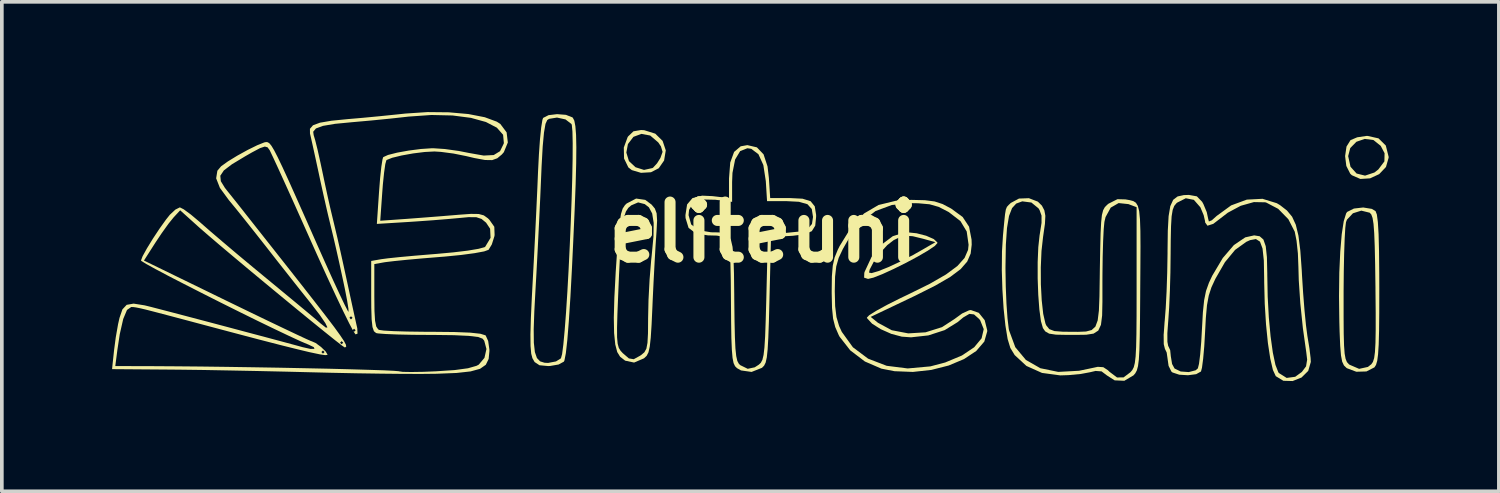
<source format=kicad_pcb>
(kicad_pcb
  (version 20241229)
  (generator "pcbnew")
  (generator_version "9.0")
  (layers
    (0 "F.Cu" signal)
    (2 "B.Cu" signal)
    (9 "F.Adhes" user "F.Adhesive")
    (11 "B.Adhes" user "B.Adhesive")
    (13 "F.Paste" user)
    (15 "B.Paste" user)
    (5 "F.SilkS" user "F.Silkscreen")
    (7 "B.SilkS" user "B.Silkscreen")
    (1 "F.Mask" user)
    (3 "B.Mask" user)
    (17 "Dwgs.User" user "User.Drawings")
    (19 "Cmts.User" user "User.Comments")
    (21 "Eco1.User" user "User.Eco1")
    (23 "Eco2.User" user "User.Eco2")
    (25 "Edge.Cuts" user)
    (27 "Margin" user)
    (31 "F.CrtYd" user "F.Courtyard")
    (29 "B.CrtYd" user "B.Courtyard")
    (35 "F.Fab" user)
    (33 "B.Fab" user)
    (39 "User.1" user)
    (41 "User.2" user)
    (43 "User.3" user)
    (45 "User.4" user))
  (footprint "eliteuni"
    (layer "F.Cu")
    (at 17.719 3.27)
    (property "Reference" "eliteuni" (at 0 0 0) (layer "F.SilkS") (effects (font (size 1.5 1.5) (thickness 0.3))))
    (attr board_only exclude_from_pos_files exclude_from_bom)
    (fp_poly (pts (xy -3.239 -2.777) (xy -2.938 -2.683) (xy -2.738 -2.486) (xy -2.652 -2.229) (xy -2.698 -1.952) (xy -2.843 -1.742) (xy -3.054 -1.633) (xy -3.326 -1.617) (xy -3.576 -1.691) (xy -3.67 -1.764) (xy -3.787 -2.006) (xy -3.791 -2.168) (xy -3.725 -2.168) (xy -3.654 -1.936) (xy -3.475 -1.769) (xy -3.244 -1.696) (xy -3.014 -1.747) (xy -2.997 -1.758) (xy -2.889 -1.876) (xy -2.798 -2.021) (xy -2.739 -2.187) (xy -2.784 -2.337) (xy -2.857 -2.445) (xy -3.076 -2.632) (xy -3.316 -2.677) (xy -3.532 -2.596) (xy -3.682 -2.4) (xy -3.725 -2.168) (xy -3.791 -2.168) (xy -3.794 -2.305) (xy -3.69 -2.588) (xy -3.675 -2.61) (xy -3.531 -2.747) (xy -3.325 -2.782)) (stroke (width 0) (type solid)) (fill yes) (layer "F.SilkS"))
    (fp_poly (pts (xy 16.743 -2.555) (xy 16.941 -2.36) (xy 17.018 -2.055) (xy 17.018 -2.028) (xy 16.946 -1.776) (xy 16.762 -1.582) (xy 16.514 -1.467) (xy 16.249 -1.45) (xy 16.017 -1.552) (xy 15.973 -1.594) (xy 15.867 -1.804) (xy 15.834 -2.072) (xy 15.917 -2.072) (xy 15.981 -1.781) (xy 16.147 -1.598) (xy 16.377 -1.541) (xy 16.632 -1.626) (xy 16.737 -1.708) (xy 16.903 -1.928) (xy 16.908 -2.151) (xy 16.802 -2.352) (xy 16.606 -2.509) (xy 16.369 -2.54) (xy 16.141 -2.462) (xy 15.974 -2.291) (xy 15.917 -2.072) (xy 15.834 -2.072) (xy 15.834 -2.074) (xy 15.872 -2.332) (xy 15.981 -2.507) (xy 15.981 -2.507) (xy 16.164 -2.584) (xy 16.413 -2.621) (xy 16.442 -2.622)) (stroke (width 0) (type solid)) (fill yes) (layer "F.SilkS"))
    (fp_poly (pts (xy 4.174 0.028) (xy 4.434 0.095) (xy 4.64 0.185) (xy 4.739 0.278) (xy 4.741 0.293) (xy 4.67 0.372) (xy 4.479 0.501) (xy 4.206 0.66) (xy 3.885 0.832) (xy 3.553 0.997) (xy 3.246 1.138) (xy 2.999 1.235) (xy 2.852 1.27) (xy 2.745 1.236) (xy 2.75 1.106) (xy 2.753 1.098) (xy 2.879 1.098) (xy 2.948 1.112) (xy 3.133 1.058) (xy 3.405 0.949) (xy 3.73 0.798) (xy 4.077 0.619) (xy 4.265 0.513) (xy 4.686 0.27) (xy 4.354 0.178) (xy 4.069 0.108) (xy 3.874 0.095) (xy 3.698 0.143) (xy 3.551 0.214) (xy 3.374 0.351) (xy 3.178 0.566) (xy 3.006 0.805) (xy 2.897 1.015) (xy 2.879 1.098) (xy 2.753 1.098) (xy 2.758 1.079) (xy 2.945 0.677) (xy 3.212 0.343) (xy 3.526 0.107) (xy 3.854 0.003) (xy 3.912 0.000472)) (stroke (width 0) (type solid)) (fill yes) (layer "F.SilkS"))
    (fp_poly (pts (xy -3.211 -0.881) (xy -3.039 -0.753) (xy -2.949 -0.645) (xy -2.901 -0.516) (xy -2.888 -0.321) (xy -2.904 -0.014) (xy -2.91 0.072) (xy -2.932 0.398) (xy -2.957 0.84) (xy -2.984 1.348) (xy -3.009 1.87) (xy -3.015 2.014) (xy -3.038 2.513) (xy -3.061 2.87) (xy -3.088 3.112) (xy -3.123 3.267) (xy -3.172 3.362) (xy -3.238 3.425) (xy -3.248 3.432) (xy -3.514 3.546) (xy -3.758 3.494) (xy -3.895 3.387) (xy -3.973 3.26) (xy -4.027 3.052) (xy -4.058 2.745) (xy -4.061 2.597) (xy -3.978 2.597) (xy -3.977 2.859) (xy -3.961 3.033) (xy -3.93 3.147) (xy -3.88 3.228) (xy -3.823 3.289) (xy -3.656 3.433) (xy -3.524 3.455) (xy -3.351 3.36) (xy -3.321 3.34) (xy -3.235 3.267) (xy -3.18 3.168) (xy -3.15 3.01) (xy -3.136 2.754) (xy -3.133 2.367) (xy -3.133 2.345) (xy -3.122 1.845) (xy -3.092 1.281) (xy -3.049 0.756) (xy -3.035 0.63) (xy -2.987 0.119) (xy -2.981 -0.254) (xy -3.022 -0.511) (xy -3.111 -0.678) (xy -3.224 -0.766) (xy -3.404 -0.812) (xy -3.592 -0.732) (xy -3.672 -0.663) (xy -3.737 -0.563) (xy -3.789 -0.409) (xy -3.83 -0.183) (xy -3.864 0.136) (xy -3.894 0.568) (xy -3.923 1.133) (xy -3.947 1.702) (xy -3.968 2.221) (xy -3.978 2.597) (xy -4.061 2.597) (xy -4.066 2.327) (xy -4.051 1.78) (xy -4.015 1.091) (xy -3.979 0.55) (xy -3.942 0.071) (xy -3.908 -0.268) (xy -3.871 -0.496) (xy -3.825 -0.644) (xy -3.763 -0.738) (xy -3.716 -0.783) (xy -3.459 -0.917)) (stroke (width 0) (type solid)) (fill yes) (layer "F.SilkS"))
    (fp_poly (pts (xy 16.56 -0.636) (xy 16.662 -0.576) (xy 16.698 -0.483) (xy 16.725 -0.278) (xy 16.745 0.054) (xy 16.757 0.523) (xy 16.763 1.143) (xy 16.764 1.535) (xy 16.763 2.184) (xy 16.758 2.684) (xy 16.748 3.056) (xy 16.731 3.321) (xy 16.708 3.498) (xy 16.675 3.61) (xy 16.633 3.675) (xy 16.631 3.677) (xy 16.414 3.788) (xy 16.139 3.796) (xy 15.884 3.7) (xy 15.87 3.69) (xy 15.802 3.624) (xy 15.754 3.521) (xy 15.722 3.352) (xy 15.7 3.088) (xy 15.684 2.699) (xy 15.677 2.441) (xy 15.675 2.313) (xy 15.793 2.313) (xy 15.796 2.758) (xy 15.805 3.08) (xy 15.821 3.301) (xy 15.847 3.444) (xy 15.883 3.532) (xy 15.933 3.588) (xy 15.955 3.605) (xy 16.215 3.717) (xy 16.454 3.665) (xy 16.548 3.591) (xy 16.591 3.528) (xy 16.624 3.425) (xy 16.646 3.26) (xy 16.66 3.012) (xy 16.666 2.659) (xy 16.666 2.182) (xy 16.66 1.558) (xy 16.66 1.504) (xy 16.651 0.869) (xy 16.64 0.382) (xy 16.626 0.024) (xy 16.607 -0.226) (xy 16.581 -0.388) (xy 16.547 -0.483) (xy 16.503 -0.532) (xy 16.502 -0.532) (xy 16.275 -0.588) (xy 16.047 -0.516) (xy 15.884 -0.343) (xy 15.858 -0.274) (xy 15.839 -0.121) (xy 15.822 0.172) (xy 15.808 0.575) (xy 15.798 1.06) (xy 15.793 1.596) (xy 15.793 1.721) (xy 15.793 2.313) (xy 15.675 2.313) (xy 15.668 1.741) (xy 15.676 1.095) (xy 15.702 0.526) (xy 15.742 0.054) (xy 15.796 -0.3) (xy 15.862 -0.513) (xy 15.889 -0.553) (xy 16.074 -0.645) (xy 16.326 -0.674)) (stroke (width 0) (type solid)) (fill yes) (layer "F.SilkS"))
    (fp_poly (pts (xy -5.369 -3.195) (xy -5.195 -3.127) (xy -5.182 -3.116) (xy -5.141 -3.038) (xy -5.112 -2.886) (xy -5.093 -2.65) (xy -5.086 -2.315) (xy -5.09 -1.871) (xy -5.105 -1.303) (xy -5.132 -0.601) (xy -5.17 0.249) (xy -5.204 0.96) (xy -5.247 1.761) (xy -5.29 2.421) (xy -5.331 2.933) (xy -5.371 3.29) (xy -5.409 3.487) (xy -5.425 3.521) (xy -5.569 3.599) (xy -5.8 3.639) (xy -5.854 3.641) (xy -6.089 3.619) (xy -6.221 3.532) (xy -6.281 3.428) (xy -6.314 3.303) (xy -6.332 3.093) (xy -6.335 2.778) (xy -6.331 2.643) (xy -6.246 2.643) (xy -6.242 3.008) (xy -6.214 3.261) (xy -6.158 3.423) (xy -6.072 3.513) (xy -5.952 3.551) (xy -5.854 3.556) (xy -5.639 3.515) (xy -5.505 3.431) (xy -5.473 3.314) (xy -5.439 3.051) (xy -5.403 2.666) (xy -5.366 2.182) (xy -5.33 1.622) (xy -5.296 1.011) (xy -5.265 0.372) (xy -5.237 -0.272) (xy -5.214 -0.897) (xy -5.197 -1.48) (xy -5.187 -1.998) (xy -5.185 -2.426) (xy -5.192 -2.741) (xy -5.209 -2.919) (xy -5.219 -2.946) (xy -5.38 -3.07) (xy -5.612 -3.121) (xy -5.827 -3.086) (xy -5.877 -3.054) (xy -5.925 -2.949) (xy -5.966 -2.713) (xy -6.001 -2.334) (xy -6.031 -1.802) (xy -6.042 -1.545) (xy -6.067 -0.962) (xy -6.1 -0.276) (xy -6.136 0.447) (xy -6.173 1.139) (xy -6.194 1.506) (xy -6.229 2.149) (xy -6.246 2.643) (xy -6.331 2.643) (xy -6.323 2.34) (xy -6.296 1.76) (xy -6.28 1.459) (xy -6.245 0.812) (xy -6.209 0.111) (xy -6.175 -0.585) (xy -6.146 -1.219) (xy -6.128 -1.651) (xy -6.104 -2.118) (xy -6.075 -2.53) (xy -6.042 -2.853) (xy -6.009 -3.058) (xy -5.99 -3.111) (xy -5.843 -3.186) (xy -5.611 -3.214)) (stroke (width 0) (type solid)) (fill yes) (layer "F.SilkS"))
    (fp_poly (pts (xy 4.4 -0.872) (xy 4.664 -0.838) (xy 4.882 -0.767) (xy 5.113 -0.645) (xy 5.426 -0.416) (xy 5.601 -0.151) (xy 5.669 0.2) (xy 5.673 0.338) (xy 5.645 0.58) (xy 5.551 0.797) (xy 5.372 1.003) (xy 5.089 1.216) (xy 4.685 1.45) (xy 4.142 1.723) (xy 4.067 1.759) (xy 2.924 2.303) (xy 3.121 2.463) (xy 3.497 2.666) (xy 3.946 2.752) (xy 4.417 2.723) (xy 4.865 2.582) (xy 5.202 2.363) (xy 5.413 2.21) (xy 5.602 2.124) (xy 5.65 2.117) (xy 5.866 2.193) (xy 6.026 2.392) (xy 6.095 2.667) (xy 6.096 2.694) (xy 6.016 2.975) (xy 5.796 3.231) (xy 5.464 3.451) (xy 5.047 3.626) (xy 4.574 3.746) (xy 4.072 3.801) (xy 3.571 3.781) (xy 3.217 3.712) (xy 2.766 3.517) (xy 2.368 3.214) (xy 2.078 2.843) (xy 2.053 2.796) (xy 1.959 2.579) (xy 1.901 2.351) (xy 1.872 2.062) (xy 1.863 1.659) (xy 1.863 1.603) (xy 1.947 1.603) (xy 1.957 2.012) (xy 1.993 2.309) (xy 2.065 2.552) (xy 2.138 2.711) (xy 2.44 3.13) (xy 2.854 3.44) (xy 3.359 3.634) (xy 3.931 3.706) (xy 4.548 3.65) (xy 4.951 3.544) (xy 5.406 3.354) (xy 5.74 3.13) (xy 5.942 2.886) (xy 6 2.637) (xy 5.904 2.396) (xy 5.871 2.356) (xy 5.736 2.236) (xy 5.609 2.221) (xy 5.443 2.318) (xy 5.291 2.445) (xy 4.938 2.663) (xy 4.493 2.807) (xy 4.022 2.859) (xy 3.771 2.841) (xy 3.487 2.766) (xy 3.199 2.638) (xy 2.961 2.487) (xy 2.828 2.342) (xy 2.82 2.324) (xy 2.882 2.259) (xy 3.073 2.139) (xy 3.366 1.978) (xy 3.736 1.792) (xy 3.94 1.695) (xy 4.53 1.404) (xy 4.973 1.149) (xy 5.284 0.918) (xy 5.479 0.699) (xy 5.574 0.479) (xy 5.588 0.341) (xy 5.537 -0.021) (xy 5.366 -0.304) (xy 5.051 -0.547) (xy 5.032 -0.558) (xy 4.775 -0.69) (xy 4.527 -0.761) (xy 4.215 -0.789) (xy 4.033 -0.792) (xy 3.501 -0.742) (xy 3.056 -0.577) (xy 2.676 -0.282) (xy 2.336 0.16) (xy 2.166 0.457) (xy 2.053 0.697) (xy 1.987 0.928) (xy 1.955 1.209) (xy 1.947 1.599) (xy 1.947 1.603) (xy 1.863 1.603) (xy 1.868 1.199) (xy 1.892 0.911) (xy 1.942 0.688) (xy 2.028 0.478) (xy 2.081 0.372) (xy 2.399 -0.144) (xy 2.742 -0.51) (xy 3.138 -0.742) (xy 3.614 -0.858) (xy 4.029 -0.881)) (stroke (width 0) (type solid)) (fill yes) (layer "F.SilkS"))
    (fp_poly (pts (xy -0.172 -2.31) (xy 0.009 -2.12) (xy 0.117 -1.791) (xy 0.154 -1.477) (xy 0.189 -0.931) (xy 0.713 -0.931) (xy 1.069 -0.913) (xy 1.289 -0.845) (xy 1.402 -0.705) (xy 1.439 -0.473) (xy 1.439 -0.417) (xy 1.415 -0.179) (xy 1.321 -0.029) (xy 1.128 0.055) (xy 0.803 0.096) (xy 0.717 0.101) (xy 0.212 0.127) (xy 0.169 1.848) (xy 0.154 2.434) (xy 0.138 2.873) (xy 0.12 3.189) (xy 0.097 3.405) (xy 0.066 3.545) (xy 0.024 3.63) (xy -0.03 3.685) (xy -0.037 3.69) (xy -0.317 3.801) (xy -0.605 3.76) (xy -0.714 3.698) (xy -0.767 3.645) (xy -0.807 3.56) (xy -0.835 3.419) (xy -0.854 3.2) (xy -0.867 2.878) (xy -0.874 2.431) (xy -0.878 1.917) (xy -0.883 1.316) (xy -0.892 0.864) (xy -0.913 0.539) (xy -0.954 0.32) (xy -1.021 0.187) (xy -1.121 0.117) (xy -1.261 0.091) (xy -1.449 0.086) (xy -1.497 0.086) (xy -1.829 0.035) (xy -2.032 -0.12) (xy -2.114 -0.387) (xy -2.117 -0.466) (xy -2.032 -0.466) (xy -1.961 -0.213) (xy -1.755 -0.055) (xy -1.42 0.001) (xy -1.412 0.001) (xy -1.213 0.004) (xy -1.063 0.024) (xy -0.955 0.082) (xy -0.881 0.2) (xy -0.835 0.399) (xy -0.809 0.699) (xy -0.796 1.122) (xy -0.789 1.688) (xy -0.788 1.836) (xy -0.781 2.416) (xy -0.771 2.849) (xy -0.757 3.159) (xy -0.735 3.369) (xy -0.705 3.502) (xy -0.663 3.58) (xy -0.624 3.617) (xy -0.422 3.716) (xy -0.231 3.675) (xy -0.122 3.605) (xy -0.066 3.553) (xy -0.023 3.472) (xy 0.009 3.339) (xy 0.033 3.133) (xy 0.052 2.829) (xy 0.067 2.404) (xy 0.083 1.836) (xy 0.085 1.764) (xy 0.127 0.042) (xy 0.632 0.016) (xy 0.993 -0.02) (xy 1.215 -0.095) (xy 1.326 -0.225) (xy 1.355 -0.417) (xy 1.321 -0.631) (xy 1.203 -0.763) (xy 0.972 -0.829) (xy 0.628 -0.847) (xy 0.104 -0.847) (xy 0.07 -1.392) (xy 0.003 -1.829) (xy -0.131 -2.124) (xy -0.327 -2.271) (xy -0.432 -2.286) (xy -0.628 -2.208) (xy -0.765 -1.98) (xy -0.837 -1.615) (xy -0.847 -1.368) (xy -0.847 -0.827) (xy -1.302 -0.884) (xy -1.669 -0.892) (xy -1.904 -0.802) (xy -2.018 -0.609) (xy -2.032 -0.466) (xy -2.117 -0.466) (xy -2.072 -0.756) (xy -1.926 -0.929) (xy -1.663 -0.996) (xy -1.381 -0.983) (xy -0.931 -0.93) (xy -0.931 -1.462) (xy -0.898 -1.897) (xy -0.793 -2.186) (xy -0.613 -2.339) (xy -0.432 -2.371)) (stroke (width 0) (type solid)) (fill yes) (layer "F.SilkS"))
    (fp_poly (pts (xy 7.473 -0.833) (xy 7.583 -0.724) (xy 7.65 -0.596) (xy 7.677 -0.448) (xy 7.666 -0.232) (xy 7.619 0.098) (xy 7.615 0.126) (xy 7.572 0.51) (xy 7.553 0.954) (xy 7.555 1.417) (xy 7.578 1.853) (xy 7.619 2.222) (xy 7.678 2.479) (xy 7.7 2.532) (xy 7.784 2.636) (xy 7.924 2.689) (xy 8.168 2.708) (xy 8.279 2.708) (xy 8.568 2.71) (xy 8.784 2.701) (xy 8.937 2.661) (xy 9.039 2.567) (xy 9.101 2.399) (xy 9.134 2.134) (xy 9.149 1.751) (xy 9.157 1.229) (xy 9.16 1) (xy 9.17 0.441) (xy 9.18 0.027) (xy 9.195 -0.268) (xy 9.216 -0.468) (xy 9.249 -0.598) (xy 9.295 -0.682) (xy 9.358 -0.746) (xy 9.395 -0.777) (xy 9.639 -0.9) (xy 9.858 -0.894) (xy 9.977 -0.873) (xy 10.07 -0.848) (xy 10.142 -0.802) (xy 10.194 -0.716) (xy 10.23 -0.573) (xy 10.252 -0.353) (xy 10.263 -0.038) (xy 10.266 0.389) (xy 10.263 0.948) (xy 10.258 1.656) (xy 10.258 1.714) (xy 10.253 2.352) (xy 10.246 2.841) (xy 10.236 3.205) (xy 10.221 3.465) (xy 10.198 3.643) (xy 10.166 3.761) (xy 10.124 3.839) (xy 10.075 3.895) (xy 9.826 4.042) (xy 9.561 4.03) (xy 9.351 3.895) (xy 9.207 3.786) (xy 9.044 3.774) (xy 8.889 3.81) (xy 8.637 3.857) (xy 8.306 3.888) (xy 8.082 3.895) (xy 7.586 3.828) (xy 7.162 3.638) (xy 6.842 3.342) (xy 6.724 3.148) (xy 6.651 2.908) (xy 6.59 2.538) (xy 6.541 2.075) (xy 6.508 1.558) (xy 6.492 1.026) (xy 6.493 0.946) (xy 6.592 0.946) (xy 6.592 1.001) (xy 6.6 1.483) (xy 6.619 1.945) (xy 6.647 2.342) (xy 6.681 2.627) (xy 6.689 2.668) (xy 6.859 3.128) (xy 7.147 3.474) (xy 7.541 3.7) (xy 8.028 3.8) (xy 8.595 3.769) (xy 8.86 3.714) (xy 9.104 3.662) (xy 9.254 3.672) (xy 9.377 3.753) (xy 9.424 3.798) (xy 9.627 3.951) (xy 9.805 3.95) (xy 9.991 3.81) (xy 10.043 3.75) (xy 10.083 3.672) (xy 10.112 3.556) (xy 10.133 3.381) (xy 10.147 3.126) (xy 10.155 2.769) (xy 10.159 2.29) (xy 10.16 1.669) (xy 10.16 1.48) (xy 10.16 -0.682) (xy 9.937 -0.766) (xy 9.671 -0.794) (xy 9.456 -0.67) (xy 9.315 -0.413) (xy 9.284 -0.281) (xy 9.265 -0.083) (xy 9.249 0.245) (xy 9.237 0.665) (xy 9.231 1.138) (xy 9.23 1.366) (xy 9.23 1.888) (xy 9.222 2.265) (xy 9.19 2.519) (xy 9.117 2.676) (xy 8.989 2.758) (xy 8.789 2.789) (xy 8.502 2.793) (xy 8.279 2.793) (xy 7.967 2.787) (xy 7.78 2.759) (xy 7.673 2.697) (xy 7.611 2.608) (xy 7.557 2.42) (xy 7.514 2.104) (xy 7.484 1.703) (xy 7.468 1.258) (xy 7.468 0.812) (xy 7.485 0.407) (xy 7.52 0.083) (xy 7.526 0.048) (xy 7.573 -0.255) (xy 7.573 -0.453) (xy 7.521 -0.6) (xy 7.491 -0.65) (xy 7.297 -0.809) (xy 7.049 -0.841) (xy 6.884 -0.78) (xy 6.771 -0.657) (xy 6.688 -0.442) (xy 6.633 -0.115) (xy 6.602 0.341) (xy 6.592 0.946) (xy 6.493 0.946) (xy 6.497 0.517) (xy 6.524 0.085) (xy 6.557 -0.269) (xy 6.58 -0.491) (xy 6.602 -0.619) (xy 6.631 -0.69) (xy 6.676 -0.74) (xy 6.737 -0.798) (xy 6.96 -0.917) (xy 7.229 -0.927)) (stroke (width 0) (type solid)) (fill yes) (layer "F.SilkS"))
    (fp_poly (pts (xy 11.8 -0.977) (xy 11.944 -0.828) (xy 11.978 -0.766) (xy 12.069 -0.547) (xy 12.107 -0.37) (xy 12.107 -0.369) (xy 12.127 -0.293) (xy 12.207 -0.326) (xy 12.34 -0.445) (xy 12.733 -0.731) (xy 13.16 -0.888) (xy 13.586 -0.91) (xy 13.976 -0.79) (xy 14.063 -0.738) (xy 14.251 -0.592) (xy 14.391 -0.424) (xy 14.492 -0.205) (xy 14.564 0.092) (xy 14.615 0.497) (xy 14.654 1.036) (xy 14.661 1.174) (xy 14.692 1.657) (xy 14.729 2.125) (xy 14.769 2.527) (xy 14.807 2.819) (xy 14.814 2.861) (xy 14.863 3.161) (xy 14.895 3.42) (xy 14.901 3.529) (xy 14.83 3.773) (xy 14.648 3.953) (xy 14.406 4.049) (xy 14.154 4.042) (xy 13.947 3.916) (xy 13.869 3.747) (xy 13.797 3.437) (xy 13.733 3.016) (xy 13.682 2.51) (xy 13.647 1.95) (xy 13.632 1.364) (xy 13.631 1.241) (xy 13.622 0.767) (xy 13.587 0.444) (xy 13.518 0.256) (xy 13.407 0.185) (xy 13.246 0.215) (xy 13.143 0.262) (xy 12.84 0.48) (xy 12.563 0.816) (xy 12.302 1.27) (xy 12.195 1.502) (xy 12.123 1.725) (xy 12.075 1.987) (xy 12.044 2.333) (xy 12.024 2.709) (xy 12.001 3.106) (xy 11.971 3.444) (xy 11.939 3.686) (xy 11.912 3.789) (xy 11.781 3.862) (xy 11.559 3.891) (xy 11.32 3.876) (xy 11.138 3.816) (xy 11.108 3.793) (xy 11.03 3.635) (xy 11.007 3.471) (xy 10.979 3.274) (xy 10.93 3.171) (xy 10.899 3.046) (xy 10.896 2.79) (xy 10.9 2.746) (xy 10.997 2.746) (xy 10.998 2.98) (xy 11.02 3.097) (xy 11.024 3.101) (xy 11.074 3.208) (xy 11.091 3.375) (xy 11.126 3.585) (xy 11.193 3.708) (xy 11.36 3.789) (xy 11.579 3.805) (xy 11.768 3.756) (xy 11.827 3.704) (xy 11.858 3.581) (xy 11.89 3.327) (xy 11.919 2.981) (xy 11.939 2.625) (xy 11.964 2.175) (xy 11.998 1.848) (xy 12.049 1.597) (xy 12.128 1.376) (xy 12.217 1.185) (xy 12.505 0.701) (xy 12.809 0.347) (xy 13.117 0.139) (xy 13.359 0.085) (xy 13.509 0.109) (xy 13.611 0.199) (xy 13.674 0.38) (xy 13.706 0.677) (xy 13.716 1.116) (xy 13.716 1.163) (xy 13.727 1.749) (xy 13.758 2.316) (xy 13.806 2.833) (xy 13.867 3.274) (xy 13.938 3.609) (xy 14.016 3.809) (xy 14.032 3.831) (xy 14.243 3.964) (xy 14.476 3.933) (xy 14.657 3.801) (xy 14.771 3.649) (xy 14.801 3.467) (xy 14.778 3.272) (xy 14.685 2.612) (xy 14.615 1.935) (xy 14.573 1.308) (xy 14.563 0.941) (xy 14.549 0.577) (xy 14.512 0.23) (xy 14.463 -0.016) (xy 14.289 -0.355) (xy 14.013 -0.637) (xy 13.689 -0.807) (xy 13.659 -0.815) (xy 13.352 -0.821) (xy 12.993 -0.72) (xy 12.642 -0.532) (xy 12.497 -0.42) (xy 12.246 -0.228) (xy 12.088 -0.178) (xy 12.024 -0.269) (xy 12.023 -0.301) (xy 11.985 -0.465) (xy 11.896 -0.678) (xy 11.893 -0.682) (xy 11.718 -0.882) (xy 11.499 -0.925) (xy 11.262 -0.805) (xy 11.246 -0.791) (xy 11.185 -0.718) (xy 11.142 -0.608) (xy 11.113 -0.433) (xy 11.097 -0.166) (xy 11.089 0.223) (xy 11.086 0.585) (xy 11.08 1.09) (xy 11.066 1.595) (xy 11.046 2.047) (xy 11.023 2.392) (xy 11.019 2.44) (xy 10.997 2.746) (xy 10.9 2.746) (xy 10.922 2.437) (xy 10.925 2.413) (xy 10.952 2.069) (xy 10.976 1.611) (xy 10.993 1.096) (xy 11.002 0.579) (xy 11.002 0.5) (xy 11.009 -0.043) (xy 11.031 -0.439) (xy 11.077 -0.711) (xy 11.155 -0.882) (xy 11.275 -0.974) (xy 11.444 -1.011) (xy 11.583 -1.016)) (stroke (width 0) (type solid)) (fill yes) (layer "F.SilkS"))
    (fp_poly (pts (xy -8.557 -3.264) (xy -8.025 -3.217) (xy -7.578 -3.13) (xy -7.25 -3.009) (xy -7.155 -2.948) (xy -6.983 -2.718) (xy -6.95 -2.443) (xy -7.058 -2.179) (xy -7.112 -2.117) (xy -7.237 -2.013) (xy -7.376 -1.963) (xy -7.57 -1.966) (xy -7.862 -2.02) (xy -8.086 -2.073) (xy -8.43 -2.142) (xy -8.771 -2.187) (xy -8.949 -2.198) (xy -9.214 -2.184) (xy -9.528 -2.145) (xy -9.84 -2.089) (xy -10.096 -2.027) (xy -10.245 -1.968) (xy -10.255 -1.959) (xy -10.284 -1.856) (xy -10.317 -1.624) (xy -10.35 -1.304) (xy -10.365 -1.109) (xy -10.422 -0.313) (xy -9.677 -0.366) (xy -9.23 -0.4) (xy -8.746 -0.438) (xy -8.323 -0.473) (xy -8.288 -0.476) (xy -7.953 -0.5) (xy -7.741 -0.497) (xy -7.603 -0.459) (xy -7.493 -0.38) (xy -7.453 -0.341) (xy -7.318 -0.149) (xy -7.31 0.076) (xy -7.317 0.114) (xy -7.386 0.332) (xy -7.474 0.478) (xy -7.594 0.521) (xy -7.853 0.569) (xy -8.22 0.618) (xy -8.664 0.662) (xy -8.805 0.673) (xy -9.268 0.711) (xy -9.692 0.749) (xy -10.038 0.784) (xy -10.266 0.811) (xy -10.308 0.817) (xy -10.583 0.866) (xy -10.583 1.736) (xy -10.579 2.142) (xy -10.563 2.408) (xy -10.531 2.565) (xy -10.479 2.642) (xy -10.449 2.658) (xy -10.322 2.676) (xy -10.057 2.691) (xy -9.688 2.702) (xy -9.248 2.708) (xy -8.985 2.709) (xy -8.399 2.715) (xy -7.973 2.732) (xy -7.697 2.762) (xy -7.561 2.804) (xy -7.552 2.811) (xy -7.485 2.958) (xy -7.452 3.189) (xy -7.451 3.232) (xy -7.472 3.448) (xy -7.549 3.606) (xy -7.706 3.716) (xy -7.964 3.787) (xy -8.344 3.829) (xy -8.871 3.85) (xy -8.91 3.851) (xy -9.285 3.855) (xy -9.792 3.854) (xy -10.396 3.848) (xy -11.059 3.838) (xy -11.746 3.824) (xy -12.277 3.811) (xy -12.997 3.793) (xy -13.759 3.776) (xy -14.519 3.761) (xy -15.23 3.748) (xy -15.846 3.74) (xy -16.162 3.737) (xy -17.719 3.725) (xy -17.711 3.641) (xy -17.632 3.641) (xy -16.584 3.644) (xy -15.974 3.648) (xy -15.306 3.654) (xy -14.602 3.663) (xy -13.88 3.674) (xy -13.162 3.686) (xy -12.468 3.7) (xy -11.816 3.714) (xy -11.229 3.729) (xy -10.724 3.744) (xy -10.324 3.757) (xy -10.047 3.771) (xy -9.915 3.782) (xy -9.906 3.785) (xy -9.809 3.799) (xy -9.58 3.803) (xy -9.252 3.798) (xy -8.907 3.784) (xy -8.395 3.75) (xy -8.034 3.701) (xy -7.803 3.635) (xy -7.742 3.603) (xy -7.586 3.418) (xy -7.532 3.177) (xy -7.592 2.952) (xy -7.637 2.896) (xy -7.754 2.851) (xy -8.011 2.82) (xy -8.415 2.801) (xy -8.978 2.794) (xy -9.069 2.794) (xy -9.535 2.791) (xy -9.948 2.782) (xy -10.274 2.769) (xy -10.482 2.753) (xy -10.534 2.743) (xy -10.594 2.693) (xy -10.633 2.58) (xy -10.656 2.375) (xy -10.666 2.049) (xy -10.668 1.736) (xy -10.668 0.781) (xy -10.393 0.733) (xy -10.21 0.709) (xy -9.897 0.676) (xy -9.494 0.639) (xy -9.039 0.601) (xy -8.89 0.589) (xy -8.431 0.547) (xy -8.04 0.5) (xy -7.748 0.451) (xy -7.585 0.407) (xy -7.566 0.395) (xy -7.42 0.152) (xy -7.432 -0.096) (xy -7.542 -0.261) (xy -7.665 -0.362) (xy -7.806 -0.409) (xy -8.02 -0.411) (xy -8.245 -0.39) (xy -8.563 -0.361) (xy -8.981 -0.327) (xy -9.43 -0.295) (xy -9.639 -0.281) (xy -10.514 -0.227) (xy -10.454 -1.108) (xy -10.425 -1.479) (xy -10.392 -1.783) (xy -10.36 -1.985) (xy -10.341 -2.044) (xy -10.211 -2.103) (xy -9.963 -2.166) (xy -9.647 -2.223) (xy -9.314 -2.266) (xy -9.015 -2.286) (xy -8.976 -2.286) (xy -8.664 -2.265) (xy -8.284 -2.212) (xy -8.005 -2.157) (xy -7.607 -2.087) (xy -7.334 -2.101) (xy -7.162 -2.206) (xy -7.063 -2.409) (xy -7.058 -2.43) (xy -7.079 -2.653) (xy -7.248 -2.845) (xy -7.546 -3) (xy -7.955 -3.113) (xy -8.456 -3.178) (xy -9.03 -3.191) (xy -9.657 -3.147) (xy -9.68 -3.144) (xy -10.144 -3.093) (xy -10.657 -3.042) (xy -11.118 -3.001) (xy -11.176 -2.996) (xy -11.654 -2.95) (xy -11.98 -2.895) (xy -12.171 -2.825) (xy -12.246 -2.735) (xy -12.234 -2.645) (xy -12.191 -2.501) (xy -12.125 -2.236) (xy -12.049 -1.894) (xy -12.006 -1.693) (xy -11.924 -1.303) (xy -11.845 -0.939) (xy -11.781 -0.657) (xy -11.761 -0.572) (xy -11.668 -0.184) (xy -11.588 0.152) (xy -11.511 0.493) (xy -11.423 0.891) (xy -11.313 1.397) (xy -11.224 1.809) (xy -11.144 2.176) (xy -11.082 2.458) (xy -11.047 2.612) (xy -11.04 2.759) (xy -11.095 2.779) (xy -11.151 2.696) (xy -11.157 2.686) (xy -11.134 2.709) (xy -11.091 2.667) (xy -11.134 2.625) (xy -11.17 2.661) (xy -11.267 2.478) (xy -11.341 2.328) (xy -11.261 2.328) (xy -11.218 2.371) (xy -11.176 2.328) (xy -11.218 2.286) (xy -11.261 2.328) (xy -11.341 2.328) (xy -11.433 2.142) (xy -11.639 1.708) (xy -11.877 1.194) (xy -12.137 0.621) (xy -12.265 0.336) (xy -12.534 -0.266) (xy -12.784 -0.824) (xy -13.007 -1.317) (xy -13.192 -1.724) (xy -13.332 -2.026) (xy -13.416 -2.203) (xy -13.432 -2.235) (xy -13.488 -2.311) (xy -13.563 -2.332) (xy -13.693 -2.289) (xy -13.912 -2.173) (xy -14.099 -2.066) (xy -14.457 -1.85) (xy -14.677 -1.683) (xy -14.774 -1.538) (xy -14.76 -1.389) (xy -14.651 -1.211) (xy -14.6 -1.145) (xy -14.381 -0.872) (xy -14.149 -0.58) (xy -14.097 -0.513) (xy -13.948 -0.324) (xy -13.723 -0.039) (xy -13.451 0.305) (xy -13.161 0.673) (xy -13.123 0.721) (xy -12.625 1.353) (xy -12.224 1.865) (xy -11.91 2.27) (xy -11.675 2.579) (xy -11.511 2.806) (xy -11.407 2.962) (xy -11.356 3.06) (xy -11.348 3.112) (xy -11.375 3.132) (xy -11.39 3.133) (xy -11.467 3.081) (xy -11.563 3.006) (xy -11.515 3.006) (xy -11.472 3.048) (xy -11.43 3.006) (xy -11.472 2.963) (xy -11.515 3.006) (xy -11.563 3.006) (xy -11.653 2.936) (xy -11.93 2.714) (xy -12.28 2.431) (xy -12.681 2.103) (xy -13.115 1.746) (xy -13.564 1.375) (xy -14.006 1.008) (xy -14.424 0.658) (xy -14.797 0.344) (xy -15.107 0.079) (xy -15.334 -0.118) (xy -15.363 -0.144) (xy -15.866 -0.597) (xy -16.045 -0.404) (xy -16.184 -0.232) (xy -16.369 0.026) (xy -16.538 0.279) (xy -16.852 0.77) (xy -14.6 1.867) (xy -14.029 2.144) (xy -13.507 2.396) (xy -13.055 2.612) (xy -12.69 2.785) (xy -12.433 2.905) (xy -12.303 2.962) (xy -12.291 2.965) (xy -12.179 3.014) (xy -12.033 3.122) (xy -11.908 3.243) (xy -11.857 3.329) (xy -11.861 3.338) (xy -11.919 3.344) (xy -12.064 3.323) (xy -12.306 3.272) (xy -12.361 3.26) (xy -12.023 3.26) (xy -11.98 3.302) (xy -11.938 3.26) (xy -11.98 3.217) (xy -12.023 3.26) (xy -12.361 3.26) (xy -12.658 3.189) (xy -13.131 3.071) (xy -13.735 2.915) (xy -14.482 2.718) (xy -15.155 2.539) (xy -15.758 2.378) (xy -16.219 2.256) (xy -16.559 2.167) (xy -16.799 2.105) (xy -16.962 2.067) (xy -17.069 2.046) (xy -17.14 2.036) (xy -17.198 2.034) (xy -17.198 2.034) (xy -17.313 2.114) (xy -17.416 2.36) (xy -17.51 2.773) (xy -17.574 3.196) (xy -17.632 3.641) (xy -17.711 3.641) (xy -17.666 3.218) (xy -17.619 2.86) (xy -17.556 2.501) (xy -17.517 2.329) (xy -17.438 2.099) (xy -17.322 1.975) (xy -17.133 1.942) (xy -16.835 1.989) (xy -16.679 2.027) (xy -16.417 2.095) (xy -16.044 2.192) (xy -15.588 2.312) (xy -15.08 2.446) (xy -14.549 2.587) (xy -14.024 2.727) (xy -13.534 2.857) (xy -13.109 2.971) (xy -12.779 3.06) (xy -12.573 3.116) (xy -12.535 3.127) (xy -12.32 3.175) (xy -12.211 3.172) (xy -12.23 3.127) (xy -12.371 3.059) (xy -12.584 2.969) (xy -12.902 2.822) (xy -13.304 2.631) (xy -13.765 2.408) (xy -14.264 2.162) (xy -14.778 1.906) (xy -15.285 1.65) (xy -15.762 1.407) (xy -16.187 1.188) (xy -16.536 1.003) (xy -16.788 0.864) (xy -16.919 0.783) (xy -16.933 0.769) (xy -16.888 0.651) (xy -16.771 0.439) (xy -16.608 0.174) (xy -16.426 -0.101) (xy -16.252 -0.344) (xy -16.148 -0.475) (xy -15.996 -0.617) (xy -15.875 -0.677) (xy -15.874 -0.677) (xy -15.769 -0.624) (xy -15.577 -0.483) (xy -15.336 -0.281) (xy -15.276 -0.228) (xy -15.046 -0.027) (xy -14.717 0.254) (xy -14.321 0.589) (xy -13.889 0.949) (xy -13.504 1.267) (xy -13.097 1.603) (xy -12.723 1.912) (xy -12.407 2.175) (xy -12.173 2.371) (xy -12.046 2.481) (xy -12.044 2.483) (xy -11.9 2.596) (xy -11.859 2.589) (xy -11.916 2.472) (xy -12.065 2.254) (xy -12.301 1.946) (xy -12.342 1.895) (xy -12.595 1.578) (xy -12.908 1.182) (xy -13.24 0.761) (xy -13.504 0.423) (xy -13.8 0.047) (xy -14.096 -0.326) (xy -14.357 -0.651) (xy -14.541 -0.874) (xy -14.785 -1.207) (xy -14.887 -1.467) (xy -14.854 -1.674) (xy -14.753 -1.794) (xy -14.57 -1.926) (xy -14.312 -2.084) (xy -14.029 -2.24) (xy -13.767 -2.369) (xy -13.577 -2.445) (xy -13.525 -2.455) (xy -13.483 -2.449) (xy -13.437 -2.419) (xy -13.382 -2.352) (xy -13.31 -2.232) (xy -13.213 -2.044) (xy -13.083 -1.773) (xy -12.914 -1.405) (xy -12.699 -0.925) (xy -12.428 -0.317) (xy -12.148 0.316) (xy -11.916 0.836) (xy -11.707 1.299) (xy -11.529 1.683) (xy -11.393 1.968) (xy -11.308 2.134) (xy -11.284 2.168) (xy -11.288 2.078) (xy -11.323 1.859) (xy -11.383 1.548) (xy -11.435 1.302) (xy -11.536 0.837) (xy -11.619 0.467) (xy -11.7 0.118) (xy -11.796 -0.279) (xy -11.846 -0.487) (xy -11.897 -0.708) (xy -11.972 -1.04) (xy -12.058 -1.43) (xy -12.105 -1.651) (xy -12.187 -2.029) (xy -12.26 -2.362) (xy -12.314 -2.603) (xy -12.334 -2.687) (xy -12.335 -2.815) (xy -12.252 -2.911) (xy -12.063 -2.981) (xy -11.747 -3.035) (xy -11.303 -3.079) (xy -10.908 -3.113) (xy -10.425 -3.159) (xy -9.935 -3.209) (xy -9.737 -3.23) (xy -9.138 -3.27)) (stroke (width 0) (type solid)) (fill yes) (layer "F.SilkS")))
  (gr_rect
    (start -3 -3)
    (end 37.737 10.319)
    (stroke (width 0.1) (type default))
    (fill no)
    (layer "Edge.Cuts")))
</source>
